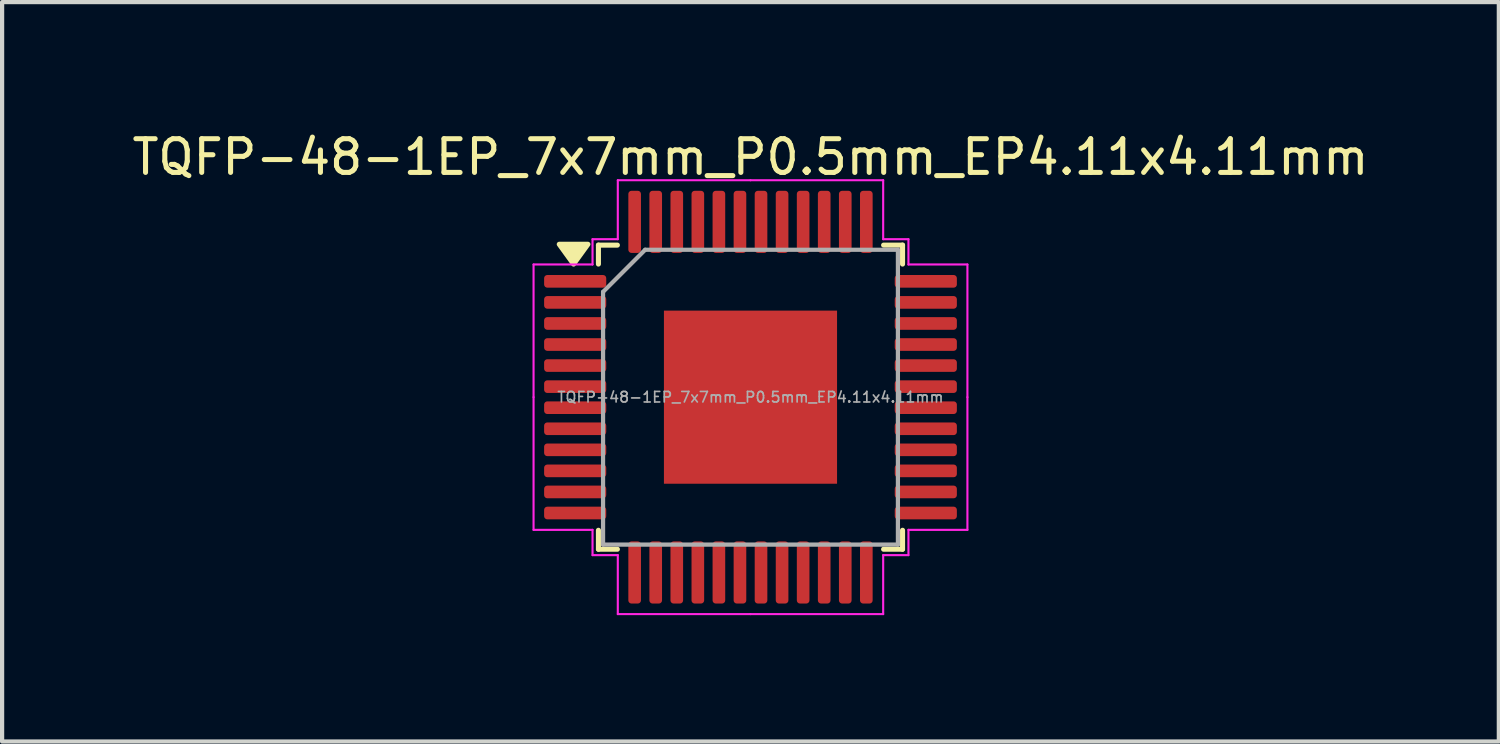
<source format=kicad_pcb>
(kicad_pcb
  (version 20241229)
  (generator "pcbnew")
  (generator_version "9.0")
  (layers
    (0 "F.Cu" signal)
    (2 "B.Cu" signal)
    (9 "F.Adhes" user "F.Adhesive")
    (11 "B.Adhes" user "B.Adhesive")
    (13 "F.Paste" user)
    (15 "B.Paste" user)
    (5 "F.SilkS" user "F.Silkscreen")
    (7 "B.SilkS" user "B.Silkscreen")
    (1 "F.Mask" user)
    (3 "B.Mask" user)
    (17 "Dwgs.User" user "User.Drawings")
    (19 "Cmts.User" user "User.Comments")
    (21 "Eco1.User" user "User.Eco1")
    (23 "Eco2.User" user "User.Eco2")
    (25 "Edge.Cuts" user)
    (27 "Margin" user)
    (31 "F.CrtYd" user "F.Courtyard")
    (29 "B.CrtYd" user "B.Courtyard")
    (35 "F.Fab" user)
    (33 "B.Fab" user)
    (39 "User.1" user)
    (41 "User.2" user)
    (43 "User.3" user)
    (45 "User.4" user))
  (footprint "TQFP-48-1EP_7x7mm_P0.5mm_EP4.11x4.11mm"
    (layer "F.Cu")
    (at 14.767 6.379)
    (property "Reference" "TQFP-48-1EP_7x7mm_P0.5mm_EP4.11x4.11mm" (at 0 -5.7 0) (layer "F.SilkS") (effects (font (size 0.8 0.8) (thickness 0.12))))
    (attr smd)
    (fp_line (start -3.61 -3.61) (end -3.61 -3.16) (stroke (width 0.12) (type solid)) (layer "F.SilkS"))
    (fp_line (start -3.61 3.61) (end -3.61 3.16) (stroke (width 0.12) (type solid)) (layer "F.SilkS"))
    (fp_line (start -3.16 -3.61) (end -3.61 -3.61) (stroke (width 0.12) (type solid)) (layer "F.SilkS"))
    (fp_line (start -3.16 3.61) (end -3.61 3.61) (stroke (width 0.12) (type solid)) (layer "F.SilkS"))
    (fp_line (start 3.16 -3.61) (end 3.61 -3.61) (stroke (width 0.12) (type solid)) (layer "F.SilkS"))
    (fp_line (start 3.16 3.61) (end 3.61 3.61) (stroke (width 0.12) (type solid)) (layer "F.SilkS"))
    (fp_line (start 3.61 -3.61) (end 3.61 -3.16) (stroke (width 0.12) (type solid)) (layer "F.SilkS"))
    (fp_line (start 3.61 3.61) (end 3.61 3.16) (stroke (width 0.12) (type solid)) (layer "F.SilkS"))
    (fp_poly (pts (xy -4.2 -3.16) (xy -4.54 -3.63) (xy -3.86 -3.63) (xy -4.2 -3.16)) (stroke (width 0.12) (type solid)) (fill yes) (layer "F.SilkS"))
    (fp_line (start -5.15 -3.15) (end -5.15 0) (stroke (width 0.05) (type solid)) (layer "F.CrtYd"))
    (fp_line (start -5.15 3.15) (end -5.15 0) (stroke (width 0.05) (type solid)) (layer "F.CrtYd"))
    (fp_line (start -3.75 -3.75) (end -3.75 -3.15) (stroke (width 0.05) (type solid)) (layer "F.CrtYd"))
    (fp_line (start -3.75 -3.15) (end -5.15 -3.15) (stroke (width 0.05) (type solid)) (layer "F.CrtYd"))
    (fp_line (start -3.75 3.15) (end -5.15 3.15) (stroke (width 0.05) (type solid)) (layer "F.CrtYd"))
    (fp_line (start -3.75 3.75) (end -3.75 3.15) (stroke (width 0.05) (type solid)) (layer "F.CrtYd"))
    (fp_line (start -3.15 -5.15) (end -3.15 -3.75) (stroke (width 0.05) (type solid)) (layer "F.CrtYd"))
    (fp_line (start -3.15 -3.75) (end -3.75 -3.75) (stroke (width 0.05) (type solid)) (layer "F.CrtYd"))
    (fp_line (start -3.15 3.75) (end -3.75 3.75) (stroke (width 0.05) (type solid)) (layer "F.CrtYd"))
    (fp_line (start -3.15 5.15) (end -3.15 3.75) (stroke (width 0.05) (type solid)) (layer "F.CrtYd"))
    (fp_line (start 0 -5.15) (end -3.15 -5.15) (stroke (width 0.05) (type solid)) (layer "F.CrtYd"))
    (fp_line (start 0 -5.15) (end 3.15 -5.15) (stroke (width 0.05) (type solid)) (layer "F.CrtYd"))
    (fp_line (start 0 5.15) (end -3.15 5.15) (stroke (width 0.05) (type solid)) (layer "F.CrtYd"))
    (fp_line (start 0 5.15) (end 3.15 5.15) (stroke (width 0.05) (type solid)) (layer "F.CrtYd"))
    (fp_line (start 3.15 -5.15) (end 3.15 -3.75) (stroke (width 0.05) (type solid)) (layer "F.CrtYd"))
    (fp_line (start 3.15 -3.75) (end 3.75 -3.75) (stroke (width 0.05) (type solid)) (layer "F.CrtYd"))
    (fp_line (start 3.15 3.75) (end 3.75 3.75) (stroke (width 0.05) (type solid)) (layer "F.CrtYd"))
    (fp_line (start 3.15 5.15) (end 3.15 3.75) (stroke (width 0.05) (type solid)) (layer "F.CrtYd"))
    (fp_line (start 3.75 -3.75) (end 3.75 -3.15) (stroke (width 0.05) (type solid)) (layer "F.CrtYd"))
    (fp_line (start 3.75 -3.15) (end 5.15 -3.15) (stroke (width 0.05) (type solid)) (layer "F.CrtYd"))
    (fp_line (start 3.75 3.15) (end 5.15 3.15) (stroke (width 0.05) (type solid)) (layer "F.CrtYd"))
    (fp_line (start 3.75 3.75) (end 3.75 3.15) (stroke (width 0.05) (type solid)) (layer "F.CrtYd"))
    (fp_line (start 5.15 -3.15) (end 5.15 0) (stroke (width 0.05) (type solid)) (layer "F.CrtYd"))
    (fp_line (start 5.15 3.15) (end 5.15 0) (stroke (width 0.05) (type solid)) (layer "F.CrtYd"))
    (fp_line (start -3.5 -2.5) (end -2.5 -3.5) (stroke (width 0.1) (type solid)) (layer "F.Fab"))
    (fp_line (start -3.5 3.5) (end -3.5 -2.5) (stroke (width 0.1) (type solid)) (layer "F.Fab"))
    (fp_line (start -2.5 -3.5) (end 3.5 -3.5) (stroke (width 0.1) (type solid)) (layer "F.Fab"))
    (fp_line (start 3.5 -3.5) (end 3.5 3.5) (stroke (width 0.1) (type solid)) (layer "F.Fab"))
    (fp_line (start 3.5 3.5) (end -3.5 3.5) (stroke (width 0.1) (type solid)) (layer "F.Fab"))
    (fp_text user "${REFERENCE}" (at 0 0 0) (layer "F.Fab") (effects (font (size 0.25 0.25) (thickness 0.04))))
    (pad "" smd roundrect (at -1.545 -1.545) (size 0.83 0.83) (layers "F.Paste") (roundrect_rratio 0.25))
    (pad "" smd roundrect (at -1.545 -0.515) (size 0.83 0.83) (layers "F.Paste") (roundrect_rratio 0.25))
    (pad "" smd roundrect (at -1.545 0.515) (size 0.83 0.83) (layers "F.Paste") (roundrect_rratio 0.25))
    (pad "" smd roundrect (at -1.545 1.545) (size 0.83 0.83) (layers "F.Paste") (roundrect_rratio 0.25))
    (pad "" smd roundrect (at -0.515 -1.545) (size 0.83 0.83) (layers "F.Paste") (roundrect_rratio 0.25))
    (pad "" smd roundrect (at -0.515 -0.515) (size 0.83 0.83) (layers "F.Paste") (roundrect_rratio 0.25))
    (pad "" smd roundrect (at -0.515 0.515) (size 0.83 0.83) (layers "F.Paste") (roundrect_rratio 0.25))
    (pad "" smd roundrect (at -0.515 1.545) (size 0.83 0.83) (layers "F.Paste") (roundrect_rratio 0.25))
    (pad "" smd roundrect (at 0.515 -1.545) (size 0.83 0.83) (layers "F.Paste") (roundrect_rratio 0.25))
    (pad "" smd roundrect (at 0.515 -0.515) (size 0.83 0.83) (layers "F.Paste") (roundrect_rratio 0.25))
    (pad "" smd roundrect (at 0.515 0.515) (size 0.83 0.83) (layers "F.Paste") (roundrect_rratio 0.25))
    (pad "" smd roundrect (at 0.515 1.545) (size 0.83 0.83) (layers "F.Paste") (roundrect_rratio 0.25))
    (pad "" smd roundrect (at 1.545 -1.545) (size 0.83 0.83) (layers "F.Paste") (roundrect_rratio 0.25))
    (pad "" smd roundrect (at 1.545 -0.515) (size 0.83 0.83) (layers "F.Paste") (roundrect_rratio 0.25))
    (pad "" smd roundrect (at 1.545 0.515) (size 0.83 0.83) (layers "F.Paste") (roundrect_rratio 0.25))
    (pad "" smd roundrect (at 1.545 1.545) (size 0.83 0.83) (layers "F.Paste") (roundrect_rratio 0.25))
    (pad "1" smd roundrect (at -4.162 -2.75) (size 1.475 0.3) (layers "F.Cu" "F.Mask" "F.Paste") (roundrect_rratio 0.25))
    (pad "2" smd roundrect (at -4.162 -2.25) (size 1.475 0.3) (layers "F.Cu" "F.Mask" "F.Paste") (roundrect_rratio 0.25))
    (pad "3" smd roundrect (at -4.162 -1.75) (size 1.475 0.3) (layers "F.Cu" "F.Mask" "F.Paste") (roundrect_rratio 0.25))
    (pad "4" smd roundrect (at -4.162 -1.25) (size 1.475 0.3) (layers "F.Cu" "F.Mask" "F.Paste") (roundrect_rratio 0.25))
    (pad "5" smd roundrect (at -4.162 -0.75) (size 1.475 0.3) (layers "F.Cu" "F.Mask" "F.Paste") (roundrect_rratio 0.25))
    (pad "6" smd roundrect (at -4.162 -0.25) (size 1.475 0.3) (layers "F.Cu" "F.Mask" "F.Paste") (roundrect_rratio 0.25))
    (pad "7" smd roundrect (at -4.162 0.25) (size 1.475 0.3) (layers "F.Cu" "F.Mask" "F.Paste") (roundrect_rratio 0.25))
    (pad "8" smd roundrect (at -4.162 0.75) (size 1.475 0.3) (layers "F.Cu" "F.Mask" "F.Paste") (roundrect_rratio 0.25))
    (pad "9" smd roundrect (at -4.162 1.25) (size 1.475 0.3) (layers "F.Cu" "F.Mask" "F.Paste") (roundrect_rratio 0.25))
    (pad "10" smd roundrect (at -4.162 1.75) (size 1.475 0.3) (layers "F.Cu" "F.Mask" "F.Paste") (roundrect_rratio 0.25))
    (pad "11" smd roundrect (at -4.162 2.25) (size 1.475 0.3) (layers "F.Cu" "F.Mask" "F.Paste") (roundrect_rratio 0.25))
    (pad "12" smd roundrect (at -4.162 2.75) (size 1.475 0.3) (layers "F.Cu" "F.Mask" "F.Paste") (roundrect_rratio 0.25))
    (pad "13" smd roundrect (at -2.75 4.162) (size 0.3 1.475) (layers "F.Cu" "F.Mask" "F.Paste") (roundrect_rratio 0.25))
    (pad "14" smd roundrect (at -2.25 4.162) (size 0.3 1.475) (layers "F.Cu" "F.Mask" "F.Paste") (roundrect_rratio 0.25))
    (pad "15" smd roundrect (at -1.75 4.162) (size 0.3 1.475) (layers "F.Cu" "F.Mask" "F.Paste") (roundrect_rratio 0.25))
    (pad "16" smd roundrect (at -1.25 4.162) (size 0.3 1.475) (layers "F.Cu" "F.Mask" "F.Paste") (roundrect_rratio 0.25))
    (pad "17" smd roundrect (at -0.75 4.162) (size 0.3 1.475) (layers "F.Cu" "F.Mask" "F.Paste") (roundrect_rratio 0.25))
    (pad "18" smd roundrect (at -0.25 4.162) (size 0.3 1.475) (layers "F.Cu" "F.Mask" "F.Paste") (roundrect_rratio 0.25))
    (pad "19" smd roundrect (at 0.25 4.162) (size 0.3 1.475) (layers "F.Cu" "F.Mask" "F.Paste") (roundrect_rratio 0.25))
    (pad "20" smd roundrect (at 0.75 4.162) (size 0.3 1.475) (layers "F.Cu" "F.Mask" "F.Paste") (roundrect_rratio 0.25))
    (pad "21" smd roundrect (at 1.25 4.162) (size 0.3 1.475) (layers "F.Cu" "F.Mask" "F.Paste") (roundrect_rratio 0.25))
    (pad "22" smd roundrect (at 1.75 4.162) (size 0.3 1.475) (layers "F.Cu" "F.Mask" "F.Paste") (roundrect_rratio 0.25))
    (pad "23" smd roundrect (at 2.25 4.162) (size 0.3 1.475) (layers "F.Cu" "F.Mask" "F.Paste") (roundrect_rratio 0.25))
    (pad "24" smd roundrect (at 2.75 4.162) (size 0.3 1.475) (layers "F.Cu" "F.Mask" "F.Paste") (roundrect_rratio 0.25))
    (pad "25" smd roundrect (at 4.162 2.75) (size 1.475 0.3) (layers "F.Cu" "F.Mask" "F.Paste") (roundrect_rratio 0.25))
    (pad "26" smd roundrect (at 4.162 2.25) (size 1.475 0.3) (layers "F.Cu" "F.Mask" "F.Paste") (roundrect_rratio 0.25))
    (pad "27" smd roundrect (at 4.162 1.75) (size 1.475 0.3) (layers "F.Cu" "F.Mask" "F.Paste") (roundrect_rratio 0.25))
    (pad "28" smd roundrect (at 4.162 1.25) (size 1.475 0.3) (layers "F.Cu" "F.Mask" "F.Paste") (roundrect_rratio 0.25))
    (pad "29" smd roundrect (at 4.162 0.75) (size 1.475 0.3) (layers "F.Cu" "F.Mask" "F.Paste") (roundrect_rratio 0.25))
    (pad "30" smd roundrect (at 4.162 0.25) (size 1.475 0.3) (layers "F.Cu" "F.Mask" "F.Paste") (roundrect_rratio 0.25))
    (pad "31" smd roundrect (at 4.162 -0.25) (size 1.475 0.3) (layers "F.Cu" "F.Mask" "F.Paste") (roundrect_rratio 0.25))
    (pad "32" smd roundrect (at 4.162 -0.75) (size 1.475 0.3) (layers "F.Cu" "F.Mask" "F.Paste") (roundrect_rratio 0.25))
    (pad "33" smd roundrect (at 4.162 -1.25) (size 1.475 0.3) (layers "F.Cu" "F.Mask" "F.Paste") (roundrect_rratio 0.25))
    (pad "34" smd roundrect (at 4.162 -1.75) (size 1.475 0.3) (layers "F.Cu" "F.Mask" "F.Paste") (roundrect_rratio 0.25))
    (pad "35" smd roundrect (at 4.162 -2.25) (size 1.475 0.3) (layers "F.Cu" "F.Mask" "F.Paste") (roundrect_rratio 0.25))
    (pad "36" smd roundrect (at 4.162 -2.75) (size 1.475 0.3) (layers "F.Cu" "F.Mask" "F.Paste") (roundrect_rratio 0.25))
    (pad "37" smd roundrect (at 2.75 -4.162) (size 0.3 1.475) (layers "F.Cu" "F.Mask" "F.Paste") (roundrect_rratio 0.25))
    (pad "38" smd roundrect (at 2.25 -4.162) (size 0.3 1.475) (layers "F.Cu" "F.Mask" "F.Paste") (roundrect_rratio 0.25))
    (pad "39" smd roundrect (at 1.75 -4.162) (size 0.3 1.475) (layers "F.Cu" "F.Mask" "F.Paste") (roundrect_rratio 0.25))
    (pad "40" smd roundrect (at 1.25 -4.162) (size 0.3 1.475) (layers "F.Cu" "F.Mask" "F.Paste") (roundrect_rratio 0.25))
    (pad "41" smd roundrect (at 0.75 -4.162) (size 0.3 1.475) (layers "F.Cu" "F.Mask" "F.Paste") (roundrect_rratio 0.25))
    (pad "42" smd roundrect (at 0.25 -4.162) (size 0.3 1.475) (layers "F.Cu" "F.Mask" "F.Paste") (roundrect_rratio 0.25))
    (pad "43" smd roundrect (at -0.25 -4.162) (size 0.3 1.475) (layers "F.Cu" "F.Mask" "F.Paste") (roundrect_rratio 0.25))
    (pad "44" smd roundrect (at -0.75 -4.162) (size 0.3 1.475) (layers "F.Cu" "F.Mask" "F.Paste") (roundrect_rratio 0.25))
    (pad "45" smd roundrect (at -1.25 -4.162) (size 0.3 1.475) (layers "F.Cu" "F.Mask" "F.Paste") (roundrect_rratio 0.25))
    (pad "46" smd roundrect (at -1.75 -4.162) (size 0.3 1.475) (layers "F.Cu" "F.Mask" "F.Paste") (roundrect_rratio 0.25))
    (pad "47" smd roundrect (at -2.25 -4.162) (size 0.3 1.475) (layers "F.Cu" "F.Mask" "F.Paste") (roundrect_rratio 0.25))
    (pad "48" smd roundrect (at -2.75 -4.162) (size 0.3 1.475) (layers "F.Cu" "F.Mask" "F.Paste") (roundrect_rratio 0.25))
    (pad "49" smd rect (at 0 0) (size 4.11 4.11) (property pad_prop_heatsink) (layers "F.Cu" "F.Mask")))
  (gr_rect
    (start -3 -3)
    (end 32.533 14.554)
    (stroke (width 0.1) (type default))
    (fill no)
    (layer "Edge.Cuts")))
</source>
